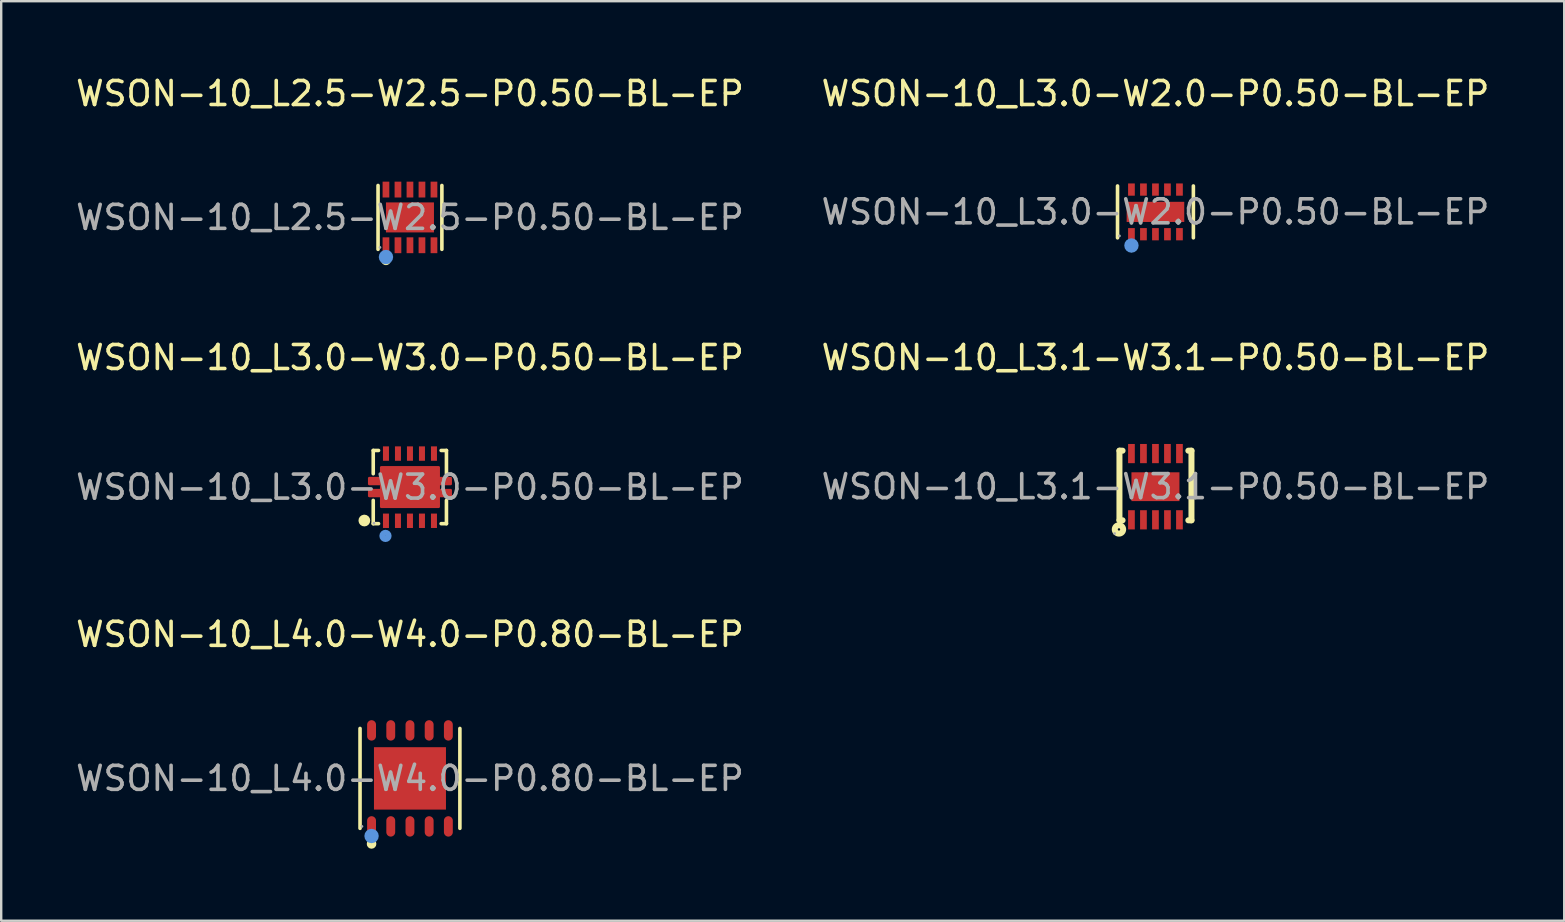
<source format=kicad_pcb>
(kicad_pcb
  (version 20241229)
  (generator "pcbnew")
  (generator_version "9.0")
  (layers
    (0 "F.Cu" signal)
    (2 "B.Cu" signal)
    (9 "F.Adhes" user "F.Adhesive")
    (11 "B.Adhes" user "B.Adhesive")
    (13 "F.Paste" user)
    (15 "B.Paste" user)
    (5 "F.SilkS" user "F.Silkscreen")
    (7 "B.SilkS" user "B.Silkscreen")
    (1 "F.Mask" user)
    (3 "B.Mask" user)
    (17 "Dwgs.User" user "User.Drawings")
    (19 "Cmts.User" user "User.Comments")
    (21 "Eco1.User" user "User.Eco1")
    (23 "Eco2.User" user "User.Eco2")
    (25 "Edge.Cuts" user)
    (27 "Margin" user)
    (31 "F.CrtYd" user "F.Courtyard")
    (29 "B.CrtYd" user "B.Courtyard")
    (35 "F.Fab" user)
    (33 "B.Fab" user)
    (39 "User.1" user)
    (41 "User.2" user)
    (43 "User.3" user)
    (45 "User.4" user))
  (footprint "WSON-10_L3.1-W3.1-P0.50-BL-EP"
    (layer "F.Cu")
    (at 45.089 17.227)
    (property "Reference" "WSON-10_L3.1-W3.1-P0.50-BL-EP" (at 0 -5.38 0) (layer "F.SilkS") (effects (font (size 1 1) (thickness 0.15))))
    (attr through_hole)
    (fp_line (start -1.5 -1.5) (end -1.37 -1.5) (stroke (width 0.25) (type solid)) (layer "F.SilkS"))
    (fp_line (start -1.5 1.4) (end -1.5 -1.5) (stroke (width 0.2) (type solid)) (layer "F.SilkS"))
    (fp_line (start -1.5 1.4) (end -1.5 -1.5) (stroke (width 0.25) (type solid)) (layer "F.SilkS"))
    (fp_line (start -1.37 1.4) (end -1.5 1.4) (stroke (width 0.25) (type solid)) (layer "F.SilkS"))
    (fp_line (start 1.37 -1.5) (end 1.5 -1.5) (stroke (width 0.25) (type solid)) (layer "F.SilkS"))
    (fp_line (start 1.5 -1.5) (end 1.5 1.4) (stroke (width 0.25) (type solid)) (layer "F.SilkS"))
    (fp_line (start 1.5 1.4) (end 1.37 1.4) (stroke (width 0.25) (type solid)) (layer "F.SilkS"))
    (fp_line (start 1.5 1.4) (end 1.5 -1.5) (stroke (width 0.2) (type solid)) (layer "F.SilkS"))
    (fp_circle (center -1.52 1.78) (end -1.47 1.78) (stroke (width 0.25) (type solid)) (fill no) (layer "F.SilkS"))
    (fp_circle (center -1.7 1.95) (end -1.67 1.95) (stroke (width 0.06) (type solid)) (fill no) (layer "F.Fab"))
    (fp_text user "${REFERENCE}" (at 0 0 0) (layer "F.Fab") (effects (font (size 1 1) (thickness 0.15))))
    (pad "1" smd rect (at -1 1.38 180) (size 0.28 0.8) (layers "F.Cu" "F.Mask" "F.Paste"))
    (pad "2" smd rect (at -0.5 1.38 180) (size 0.28 0.8) (layers "F.Cu" "F.Mask" "F.Paste"))
    (pad "3" smd rect (at 0 1.38 180) (size 0.28 0.8) (layers "F.Cu" "F.Mask" "F.Paste"))
    (pad "4" smd rect (at 0.5 1.38 180) (size 0.28 0.8) (layers "F.Cu" "F.Mask" "F.Paste"))
    (pad "5" smd rect (at 1 1.38 180) (size 0.28 0.8) (layers "F.Cu" "F.Mask" "F.Paste"))
    (pad "6" smd rect (at 1 -1.38) (size 0.28 0.8) (layers "F.Cu" "F.Mask" "F.Paste"))
    (pad "7" smd rect (at 0.5 -1.38) (size 0.28 0.8) (layers "F.Cu" "F.Mask" "F.Paste"))
    (pad "8" smd rect (at 0 -1.38) (size 0.28 0.8) (layers "F.Cu" "F.Mask" "F.Paste"))
    (pad "9" smd rect (at -0.5 -1.38) (size 0.28 0.8) (layers "F.Cu" "F.Mask" "F.Paste"))
    (pad "10" smd rect (at -1 -1.38) (size 0.28 0.8) (layers "F.Cu" "F.Mask" "F.Paste"))
    (pad "11" smd rect (at 0 0) (size 2 1.2) (layers "F.Cu" "F.Mask" "F.Paste")))
  (footprint "WSON-10_L3.0-W2.0-P0.50-BL-EP"
    (layer "F.Cu")
    (at 45.089 5.778)
    (property "Reference" "WSON-10_L3.0-W2.0-P0.50-BL-EP" (at 0 -4.93 0) (layer "F.SilkS") (effects (font (size 1 1) (thickness 0.15))))
    (attr through_hole)
    (fp_line (start -1.58 1.08) (end -1.58 -1.08) (stroke (width 0.15) (type solid)) (layer "F.SilkS"))
    (fp_line (start 1.58 -1.08) (end 1.58 1.08) (stroke (width 0.15) (type solid)) (layer "F.SilkS"))
    (fp_circle (center -1 1.48) (end -0.9 1.48) (stroke (width 0.2) (type solid)) (fill no) (layer "F.SilkS"))
    (fp_circle (center -1 1.4) (end -0.85 1.4) (stroke (width 0.3) (type solid)) (fill no) (layer "Cmts.User"))
    (fp_circle (center -1.5 1) (end -1.47 1) (stroke (width 0.06) (type solid)) (fill no) (layer "F.Fab"))
    (fp_text user "${REFERENCE}" (at 0 0 0) (layer "F.Fab") (effects (font (size 1 1) (thickness 0.15))))
    (pad "1" smd rect (at -1 0.93) (size 0.28 0.51) (layers "F.Cu" "F.Mask" "F.Paste"))
    (pad "2" smd rect (at -0.5 0.93) (size 0.28 0.51) (layers "F.Cu" "F.Mask" "F.Paste"))
    (pad "3" smd rect (at 0 0.93) (size 0.28 0.51) (layers "F.Cu" "F.Mask" "F.Paste"))
    (pad "4" smd rect (at 0.5 0.93) (size 0.28 0.51) (layers "F.Cu" "F.Mask" "F.Paste"))
    (pad "5" smd rect (at 1 0.93) (size 0.28 0.51) (layers "F.Cu" "F.Mask" "F.Paste"))
    (pad "6" smd rect (at 1 -0.93) (size 0.28 0.51) (layers "F.Cu" "F.Mask" "F.Paste"))
    (pad "7" smd rect (at 0.5 -0.93) (size 0.28 0.51) (layers "F.Cu" "F.Mask" "F.Paste"))
    (pad "8" smd rect (at 0 -0.93) (size 0.28 0.51) (layers "F.Cu" "F.Mask" "F.Paste"))
    (pad "9" smd rect (at -0.5 -0.93) (size 0.28 0.51) (layers "F.Cu" "F.Mask" "F.Paste"))
    (pad "10" smd rect (at -1 -0.93) (size 0.28 0.51) (layers "F.Cu" "F.Mask" "F.Paste"))
    (pad "11" smd rect (at 0 0) (size 2.4 0.84) (layers "F.Cu" "F.Mask" "F.Paste")))
  (footprint "WSON-10_L4.0-W4.0-P0.80-BL-EP"
    (layer "F.Cu")
    (at 14.03 29.38)
    (property "Reference" "WSON-10_L4.0-W4.0-P0.80-BL-EP" (at 0 -6 0) (layer "F.SilkS") (effects (font (size 1 1) (thickness 0.15))))
    (attr through_hole)
    (fp_line (start -2.08 2.08) (end -2.08 -2.08) (stroke (width 0.15) (type solid)) (layer "F.SilkS"))
    (fp_line (start 2.08 -2.08) (end 2.08 2.08) (stroke (width 0.15) (type solid)) (layer "F.SilkS"))
    (fp_circle (center -1.6 2.73) (end -1.5 2.73) (stroke (width 0.2) (type solid)) (fill no) (layer "F.SilkS"))
    (fp_circle (center -1.6 2.4) (end -1.45 2.4) (stroke (width 0.3) (type solid)) (fill no) (layer "Cmts.User"))
    (fp_circle (center -2 2) (end -1.97 2) (stroke (width 0.06) (type solid)) (fill no) (layer "F.Fab"))
    (fp_text user "${REFERENCE}" (at 0 0 0) (layer "F.Fab") (effects (font (size 1 1) (thickness 0.15))))
    (pad "1" smd oval (at -1.6 2) (size 0.37 0.85) (layers "F.Cu" "F.Mask" "F.Paste"))
    (pad "2" smd oval (at -0.8 2) (size 0.37 0.85) (layers "F.Cu" "F.Mask" "F.Paste"))
    (pad "3" smd oval (at 0 2) (size 0.37 0.85) (layers "F.Cu" "F.Mask" "F.Paste"))
    (pad "4" smd oval (at 0.8 2) (size 0.37 0.85) (layers "F.Cu" "F.Mask" "F.Paste"))
    (pad "5" smd oval (at 1.6 2) (size 0.37 0.85) (layers "F.Cu" "F.Mask" "F.Paste"))
    (pad "6" smd oval (at 1.6 -2) (size 0.37 0.85) (layers "F.Cu" "F.Mask" "F.Paste"))
    (pad "7" smd oval (at 0.8 -2) (size 0.37 0.85) (layers "F.Cu" "F.Mask" "F.Paste"))
    (pad "8" smd oval (at 0 -2) (size 0.37 0.85) (layers "F.Cu" "F.Mask" "F.Paste"))
    (pad "9" smd oval (at -0.8 -2) (size 0.37 0.85) (layers "F.Cu" "F.Mask" "F.Paste"))
    (pad "10" smd oval (at -1.6 -2) (size 0.37 0.85) (layers "F.Cu" "F.Mask" "F.Paste"))
    (pad "11" smd rect (at 0 0) (size 3 2.6) (layers "F.Cu" "F.Mask" "F.Paste")))
  (footprint "WSON-10_L3.0-W3.0-P0.50-BL-EP"
    (layer "F.Cu")
    (at 14.03 17.247)
    (property "Reference" "WSON-10_L3.0-W3.0-P0.50-BL-EP" (at 0 -5.4 0) (layer "F.SilkS") (effects (font (size 1 1) (thickness 0.15))))
    (attr through_hole)
    (fp_line (start -1.53 -1.53) (end -1.53 -0.56) (stroke (width 0.15) (type solid)) (layer "F.SilkS"))
    (fp_line (start -1.53 0.55) (end -1.53 1.52) (stroke (width 0.15) (type solid)) (layer "F.SilkS"))
    (fp_line (start -1.53 1.52) (end -1.31 1.52) (stroke (width 0.15) (type solid)) (layer "F.SilkS"))
    (fp_line (start -1.31 -1.53) (end -1.53 -1.53) (stroke (width 0.15) (type solid)) (layer "F.SilkS"))
    (fp_line (start 1.3 1.52) (end 1.52 1.52) (stroke (width 0.15) (type solid)) (layer "F.SilkS"))
    (fp_line (start 1.52 -1.53) (end 1.3 -1.53) (stroke (width 0.15) (type solid)) (layer "F.SilkS"))
    (fp_line (start 1.52 -0.56) (end 1.52 -1.53) (stroke (width 0.15) (type solid)) (layer "F.SilkS"))
    (fp_line (start 1.52 1.52) (end 1.52 0.55) (stroke (width 0.15) (type solid)) (layer "F.SilkS"))
    (fp_arc (start -1.9 1.27) (mid -1.894996 1.509896) (end -1.91 1.270417) (stroke (width 0.25) (type solid)) (layer "F.SilkS"))
    (fp_circle (center -1.02 2.03) (end -0.89 2.03) (stroke (width 0.25) (type solid)) (fill no) (layer "Cmts.User"))
    (fp_circle (center -1.5 1.5) (end -1.47 1.5) (stroke (width 0.06) (type solid)) (fill no) (layer "F.Fab"))
    (fp_text user "${REFERENCE}" (at 0 0 0) (layer "F.Fab") (effects (font (size 1 1) (thickness 0.15))))
    (pad "1" smd rect (at -1 1.4 180) (size 0.25 0.6) (layers "F.Cu" "F.Mask" "F.Paste"))
    (pad "2" smd rect (at -0.5 1.4 180) (size 0.25 0.6) (layers "F.Cu" "F.Mask" "F.Paste"))
    (pad "3" smd rect (at 0 1.4 180) (size 0.25 0.6) (layers "F.Cu" "F.Mask" "F.Paste"))
    (pad "4" smd rect (at 0.5 1.4 180) (size 0.25 0.6) (layers "F.Cu" "F.Mask" "F.Paste"))
    (pad "5" smd rect (at 1 1.4 180) (size 0.25 0.6) (layers "F.Cu" "F.Mask" "F.Paste"))
    (pad "6" smd rect (at 1 -1.4) (size 0.25 0.6) (layers "F.Cu" "F.Mask" "F.Paste"))
    (pad "7" smd rect (at 0.5 -1.4) (size 0.25 0.6) (layers "F.Cu" "F.Mask" "F.Paste"))
    (pad "8" smd rect (at 0 -1.4) (size 0.25 0.6) (layers "F.Cu" "F.Mask" "F.Paste"))
    (pad "9" smd rect (at -0.5 -1.4) (size 0.25 0.6) (layers "F.Cu" "F.Mask" "F.Paste"))
    (pad "10" smd rect (at -1 -1.4) (size 0.25 0.6) (layers "F.Cu" "F.Mask" "F.Paste"))
    (pad "11" smd custom (at 0 0) (size 1 1) (layers "F.Cu" "F.Mask" "F.Paste") (options (anchor circle)) (primitives (gr_poly (pts (xy -1.7 0.12) (xy -1.2 0.12) (xy -1.2 -0.13) (xy -1.7 -0.13) (xy -1.7 -0.38) (xy -1.2 -0.38) (xy -1.2 -0.83) (xy 1.2 -0.83) (xy 1.2 -0.38) (xy 1.7 -0.38) (xy 1.7 -0.13) (xy 1.2 -0.13) (xy 1.2 0.12) (xy 1.7 0.12) (xy 1.7 0.37) (xy 1.2 0.37) (xy 1.2 0.82) (xy -1.2 0.82) (xy -1.2 0.37) (xy -1.7 0.37)) (width 0.1) (fill yes)))))
  (footprint "WSON-10_L2.5-W2.5-P0.50-BL-EP"
    (layer "F.Cu")
    (at 14.03 6.008)
    (property "Reference" "WSON-10_L2.5-W2.5-P0.50-BL-EP" (at 0 -5.16 0) (layer "F.SilkS") (effects (font (size 1 1) (thickness 0.15))))
    (attr through_hole)
    (fp_line (start -1.33 1.33) (end -1.33 -1.33) (stroke (width 0.15) (type solid)) (layer "F.SilkS"))
    (fp_line (start 1.33 -1.33) (end 1.33 1.33) (stroke (width 0.15) (type solid)) (layer "F.SilkS"))
    (fp_circle (center -1 1.79) (end -0.9 1.79) (stroke (width 0.2) (type solid)) (fill no) (layer "F.SilkS"))
    (fp_circle (center -1 1.65) (end -0.85 1.65) (stroke (width 0.3) (type solid)) (fill no) (layer "Cmts.User"))
    (fp_circle (center -1.25 1.25) (end -1.22 1.25) (stroke (width 0.06) (type solid)) (fill no) (layer "F.Fab"))
    (fp_text user "${REFERENCE}" (at 0 0 0) (layer "F.Fab") (effects (font (size 1 1) (thickness 0.15))))
    (pad "1" smd rect (at -1 1.16) (size 0.28 0.66) (layers "F.Cu" "F.Mask" "F.Paste"))
    (pad "2" smd rect (at -0.5 1.16) (size 0.28 0.66) (layers "F.Cu" "F.Mask" "F.Paste"))
    (pad "3" smd rect (at 0 1.16) (size 0.28 0.66) (layers "F.Cu" "F.Mask" "F.Paste"))
    (pad "4" smd rect (at 0.5 1.16) (size 0.28 0.66) (layers "F.Cu" "F.Mask" "F.Paste"))
    (pad "5" smd rect (at 1 1.16) (size 0.28 0.66) (layers "F.Cu" "F.Mask" "F.Paste"))
    (pad "6" smd rect (at 1 -1.16) (size 0.28 0.66) (layers "F.Cu" "F.Mask" "F.Paste"))
    (pad "7" smd rect (at 0.5 -1.16) (size 0.28 0.66) (layers "F.Cu" "F.Mask" "F.Paste"))
    (pad "8" smd rect (at 0 -1.16) (size 0.28 0.66) (layers "F.Cu" "F.Mask" "F.Paste"))
    (pad "9" smd rect (at -0.5 -1.16) (size 0.28 0.66) (layers "F.Cu" "F.Mask" "F.Paste"))
    (pad "10" smd rect (at -1 -1.16) (size 0.28 0.66) (layers "F.Cu" "F.Mask" "F.Paste"))
    (pad "11" smd rect (at 0 0) (size 2 1.25) (layers "F.Cu" "F.Mask" "F.Paste")))
  (gr_rect
    (start -3 -3)
    (end 62.119 35.31)
    (stroke (width 0.1) (type default))
    (fill no)
    (layer "Edge.Cuts")))
</source>
